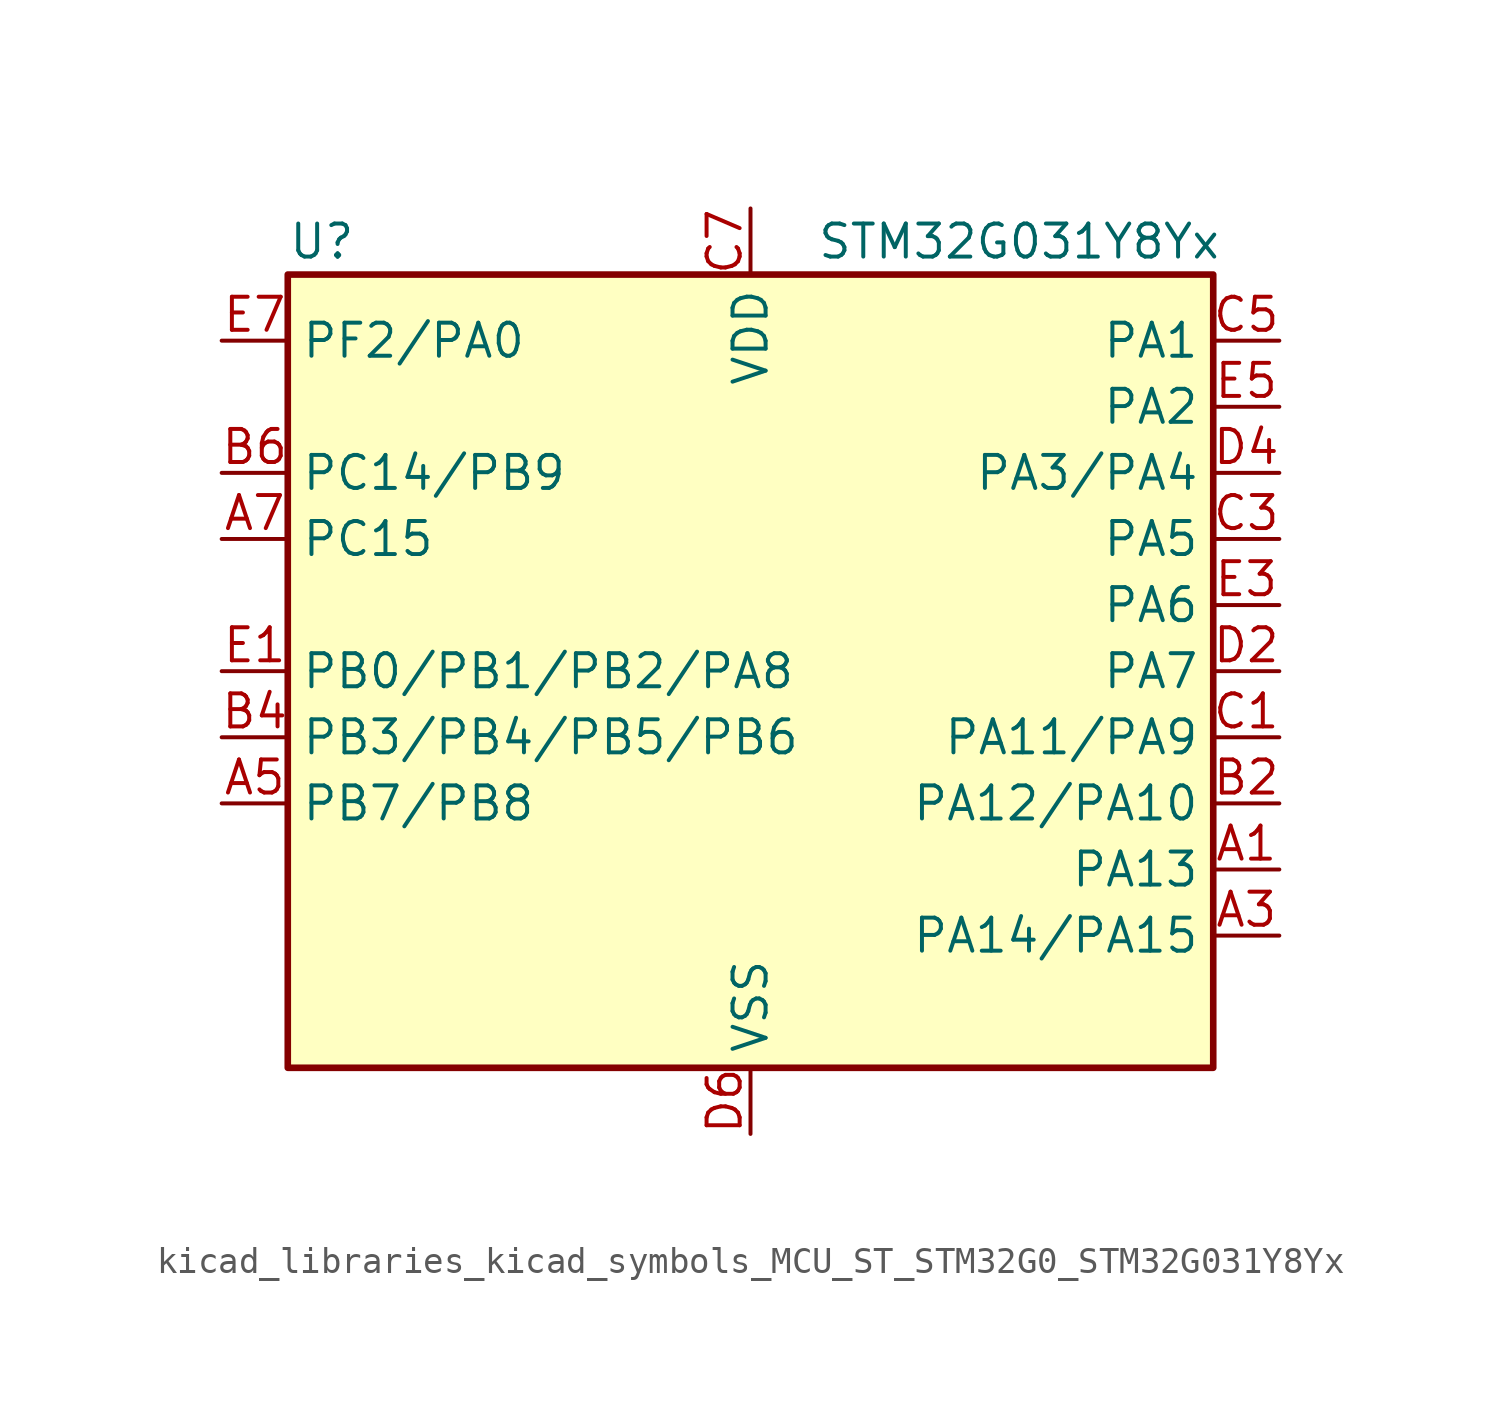
<source format=kicad_sym>
(kicad_symbol_lib
  (version 20220914)
  (generator kicad_symbol_editor)
  (symbol "kicad_libraries_kicad_symbols_MCU_ST_STM32G0_STM32G031Y8Yx"
    (property "Reference" "U"
      (at -17.78 16.51 0)
      (effects (font (size 1.27 1.27)) (justify left)))
    (property "Value" "STM32G031Y8Yx"
      (at 2.54 16.51 0)
      (effects (font (size 1.27 1.27)) (justify left)))
    (property "ki_locked" ""
      (at 0 0 0)
      (effects (font (size 1.27 1.27))))
    (symbol "kicad_libraries_kicad_symbols_MCU_ST_STM32G0_STM32G031Y8Yx_0_1"
      (rectangle (start -17.78 -15.24) (end 17.78 15.24) (stroke (width 0.254) (type default)) (fill (type background))))
    (symbol "kicad_libraries_kicad_symbols_MCU_ST_STM32G0_STM32G031Y8Yx_1_1"
      (pin bidirectional line (at 20.32 -7.62 180) (length 2.54) (name "PA13" (effects (font (size 1.27 1.27)))) (number "A1" (effects (font (size 1.27 1.27)))) (alternate "ADC1_IN17" bidirectional line) (alternate "IR_OUT" bidirectional line) (alternate "SYS_SWDIO" bidirectional line))
      (pin bidirectional line (at 20.32 -10.16 180) (length 2.54) (name "PA14/PA15" (effects (font (size 1.27 1.27)))) (number "A3" (effects (font (size 1.27 1.27)))) (alternate "ADC1_IN18" bidirectional line) (alternate "SYS_SWCLK" bidirectional line) (alternate "USART2_TX" bidirectional line))
      (pin bidirectional line (at -20.32 -5.08 0) (length 2.54) (name "PB7/PB8" (effects (font (size 1.27 1.27)))) (number "A5" (effects (font (size 1.27 1.27)))) (alternate "ADC1_IN11" bidirectional line) (alternate "I2C1_SDA" bidirectional line) (alternate "LPTIM1_IN2" bidirectional line) (alternate "SPI2_MOSI" bidirectional line) (alternate "SYS_PVD_IN" bidirectional line) (alternate "TIM17_CH1N" bidirectional line) (alternate "USART1_RX" bidirectional line))
      (pin bidirectional line (at -20.32 5.08 0) (length 2.54) (name "PC15" (effects (font (size 1.27 1.27)))) (number "A7" (effects (font (size 1.27 1.27)))) (alternate "RCC_OSC32_EN" bidirectional line) (alternate "RCC_OSC32_OUT" bidirectional line) (alternate "RCC_OSC_EN" bidirectional line))
      (pin bidirectional line (at 20.32 -5.08 180) (length 2.54) (name "PA12/PA10" (effects (font (size 1.27 1.27)))) (number "B2" (effects (font (size 1.27 1.27)))) (alternate "ADC1_IN16" bidirectional line) (alternate "I2C2_SDA" bidirectional line) (alternate "I2S1_SD" bidirectional line) (alternate "I2S_CKIN" bidirectional line) (alternate "SPI1_MOSI" bidirectional line) (alternate "TIM1_ETR" bidirectional line) (alternate "USART1_CK" bidirectional line) (alternate "USART1_DE" bidirectional line) (alternate "USART1_RTS" bidirectional line))
      (pin bidirectional line (at -20.32 -2.54 0) (length 2.54) (name "PB3/PB4/PB5/PB6" (effects (font (size 1.27 1.27)))) (number "B4" (effects (font (size 1.27 1.27)))) (alternate "I2S1_CK" bidirectional line) (alternate "SPI1_SCK" bidirectional line) (alternate "TIM1_CH2" bidirectional line) (alternate "TIM2_CH2" bidirectional line) (alternate "USART1_CK" bidirectional line) (alternate "USART1_DE" bidirectional line) (alternate "USART1_RTS" bidirectional line))
      (pin bidirectional line (at -20.32 7.62 0) (length 2.54) (name "PC14/PB9" (effects (font (size 1.27 1.27)))) (number "B6" (effects (font (size 1.27 1.27)))) (alternate "RCC_OSC32_IN" bidirectional line) (alternate "RCC_OSC_IN" bidirectional line) (alternate "TIM1_BK2" bidirectional line))
      (pin bidirectional line (at 20.32 -2.54 180) (length 2.54) (name "PA11/PA9" (effects (font (size 1.27 1.27)))) (number "C1" (effects (font (size 1.27 1.27)))) (alternate "ADC1_EXTI11" bidirectional line) (alternate "ADC1_IN15" bidirectional line) (alternate "I2C2_SCL" bidirectional line) (alternate "I2S1_MCK" bidirectional line) (alternate "SPI1_MISO" bidirectional line) (alternate "TIM1_BK2" bidirectional line) (alternate "TIM1_CH4" bidirectional line) (alternate "USART1_CTS" bidirectional line) (alternate "USART1_NSS" bidirectional line))
      (pin bidirectional line (at 20.32 5.08 180) (length 2.54) (name "PA5" (effects (font (size 1.27 1.27)))) (number "C3" (effects (font (size 1.27 1.27)))) (alternate "ADC1_IN5" bidirectional line) (alternate "I2S1_CK" bidirectional line) (alternate "LPTIM2_ETR" bidirectional line) (alternate "SPI1_SCK" bidirectional line) (alternate "TIM2_CH1" bidirectional line) (alternate "TIM2_ETR" bidirectional line))
      (pin bidirectional line (at 20.32 12.7 180) (length 2.54) (name "PA1" (effects (font (size 1.27 1.27)))) (number "C5" (effects (font (size 1.27 1.27)))) (alternate "ADC1_IN1" bidirectional line) (alternate "I2C1_SMBA" bidirectional line) (alternate "I2S1_CK" bidirectional line) (alternate "SPI1_SCK" bidirectional line) (alternate "TIM2_CH2" bidirectional line) (alternate "USART2_CK" bidirectional line) (alternate "USART2_DE" bidirectional line) (alternate "USART2_RTS" bidirectional line))
      (pin power_in line (at 0 17.78 270) (length 2.54) (name "VDD" (effects (font (size 1.27 1.27)))) (number "C7" (effects (font (size 1.27 1.27)))))
      (pin bidirectional line (at 20.32 0 180) (length 2.54) (name "PA7" (effects (font (size 1.27 1.27)))) (number "D2" (effects (font (size 1.27 1.27)))) (alternate "ADC1_IN7" bidirectional line) (alternate "I2S1_SD" bidirectional line) (alternate "SPI1_MOSI" bidirectional line) (alternate "TIM14_CH1" bidirectional line) (alternate "TIM17_CH1" bidirectional line) (alternate "TIM1_CH1N" bidirectional line) (alternate "TIM3_CH2" bidirectional line))
      (pin bidirectional line (at 20.32 7.62 180) (length 2.54) (name "PA3/PA4" (effects (font (size 1.27 1.27)))) (number "D4" (effects (font (size 1.27 1.27)))) (alternate "ADC1_IN3" bidirectional line) (alternate "LPUART1_RX" bidirectional line) (alternate "SPI2_MISO" bidirectional line) (alternate "TIM2_CH4" bidirectional line) (alternate "USART2_RX" bidirectional line))
      (pin power_in line (at 0 -17.78 90) (length 2.54) (name "VSS" (effects (font (size 1.27 1.27)))) (number "D6" (effects (font (size 1.27 1.27)))))
      (pin bidirectional line (at -20.32 0 0) (length 2.54) (name "PB0/PB1/PB2/PA8" (effects (font (size 1.27 1.27)))) (number "E1" (effects (font (size 1.27 1.27)))) (alternate "ADC1_IN8" bidirectional line) (alternate "I2S1_WS" bidirectional line) (alternate "LPTIM1_OUT" bidirectional line) (alternate "SPI1_NSS" bidirectional line) (alternate "TIM1_CH2N" bidirectional line) (alternate "TIM3_CH3" bidirectional line))
      (pin bidirectional line (at 20.32 2.54 180) (length 2.54) (name "PA6" (effects (font (size 1.27 1.27)))) (number "E3" (effects (font (size 1.27 1.27)))) (alternate "ADC1_IN6" bidirectional line) (alternate "I2S1_MCK" bidirectional line) (alternate "LPUART1_CTS" bidirectional line) (alternate "SPI1_MISO" bidirectional line) (alternate "TIM16_CH1" bidirectional line) (alternate "TIM1_BK" bidirectional line) (alternate "TIM3_CH1" bidirectional line))
      (pin bidirectional line (at 20.32 10.16 180) (length 2.54) (name "PA2" (effects (font (size 1.27 1.27)))) (number "E5" (effects (font (size 1.27 1.27)))) (alternate "ADC1_IN2" bidirectional line) (alternate "I2S1_SD" bidirectional line) (alternate "LPUART1_TX" bidirectional line) (alternate "RCC_LSCO" bidirectional line) (alternate "SPI1_MOSI" bidirectional line) (alternate "SYS_WKUP4" bidirectional line) (alternate "TIM2_CH3" bidirectional line) (alternate "USART2_TX" bidirectional line))
      (pin bidirectional line (at -20.32 12.7 0) (length 2.54) (name "PF2/PA0" (effects (font (size 1.27 1.27)))) (number "E7" (effects (font (size 1.27 1.27)))) (alternate "RCC_MCO" bidirectional line)))))
</source>
